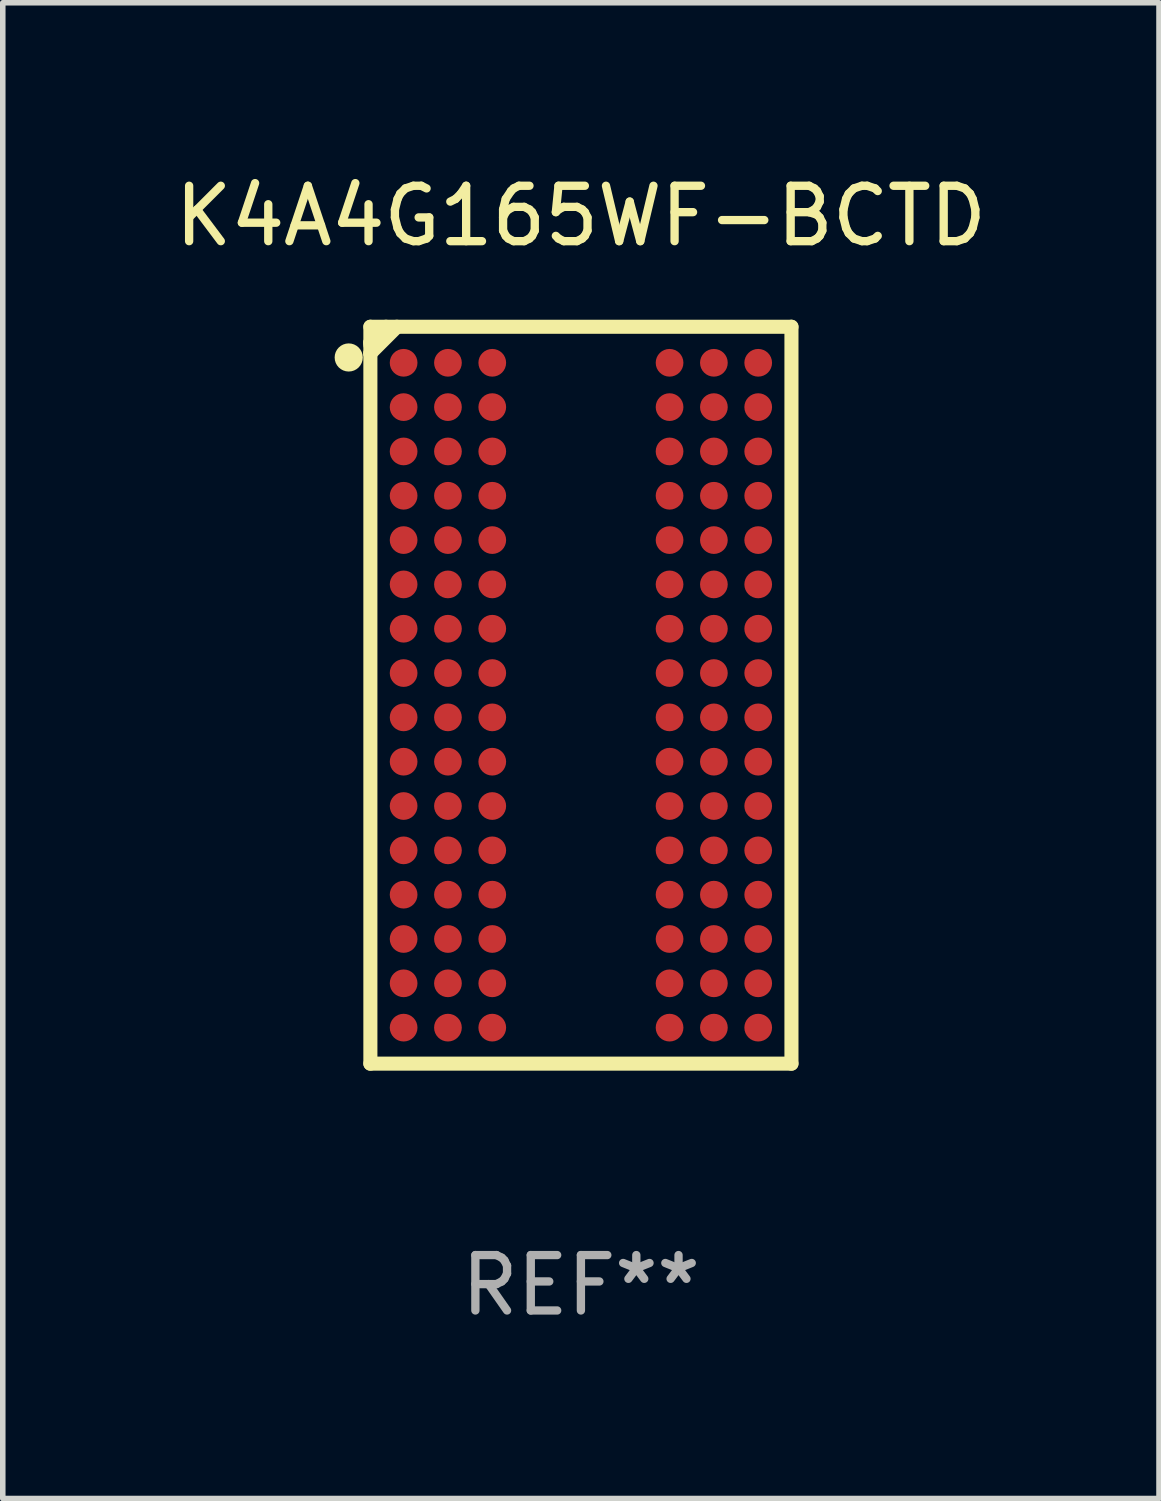
<source format=kicad_pcb>
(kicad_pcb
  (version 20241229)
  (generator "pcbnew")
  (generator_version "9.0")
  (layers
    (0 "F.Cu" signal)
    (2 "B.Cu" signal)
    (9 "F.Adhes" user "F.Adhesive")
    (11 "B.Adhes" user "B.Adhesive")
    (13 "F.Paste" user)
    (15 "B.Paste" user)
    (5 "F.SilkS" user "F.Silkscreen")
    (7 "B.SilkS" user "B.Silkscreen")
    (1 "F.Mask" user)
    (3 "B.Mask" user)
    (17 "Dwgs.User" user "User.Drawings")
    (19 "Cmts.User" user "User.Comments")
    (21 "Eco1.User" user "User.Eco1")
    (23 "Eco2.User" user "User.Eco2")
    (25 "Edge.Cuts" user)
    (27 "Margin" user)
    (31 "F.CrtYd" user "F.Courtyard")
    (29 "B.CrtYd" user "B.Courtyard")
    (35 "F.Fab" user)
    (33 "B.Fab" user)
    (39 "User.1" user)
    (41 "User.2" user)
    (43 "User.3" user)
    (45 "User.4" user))
  (footprint "K4A4G165WF-BCTD"
    (layer "F.Cu")
    (at 7.435 9.498)
    (property "Reference" "K4A4G165WF-BCTD" (at 0 -8.65 0) (layer "F.SilkS") (effects (font (size 1 1) (thickness 0.15))))
    (attr through_hole)
    (fp_line (start -3.8 -6.65) (end -3.8 6.65) (stroke (width 0.254) (type solid)) (layer "F.SilkS"))
    (fp_line (start -3.8 -6.65) (end 3.8 -6.65) (stroke (width 0.254) (type solid)) (layer "F.SilkS"))
    (fp_line (start -3.8 -6.368) (end -3.8 -6.323) (stroke (width 0.254) (type solid)) (layer "F.SilkS"))
    (fp_line (start -3.8 -6.172) (end -3.8 -6.163) (stroke (width 0.254) (type solid)) (layer "F.SilkS"))
    (fp_line (start -3.8 6.65) (end 3.8 6.65) (stroke (width 0.254) (type solid)) (layer "F.SilkS"))
    (fp_line (start -3.518 -6.65) (end -3.8 -6.368) (stroke (width 0.254) (type solid)) (layer "F.SilkS"))
    (fp_line (start -3.322 -6.65) (end -3.8 -6.172) (stroke (width 0.254) (type solid)) (layer "F.SilkS"))
    (fp_line (start 3.8 -6.65) (end 3.8 6.65) (stroke (width 0.254) (type solid)) (layer "F.SilkS"))
    (fp_circle (center -4.191 -6.096) (end -4.064 -6.096) (stroke (width 0.254) (type solid)) (fill no) (layer "F.SilkS"))
    (fp_circle (center -3.75 -6.65) (end -3.72 -6.65) (stroke (width 0.06) (type solid)) (fill no) (layer "F.SilkS"))
    (fp_text user "REF**" (at 0 10.65 0) (layer "F.Fab") (effects (font (size 1 1) (thickness 0.15))))
    (pad "A1" smd circle (at -3.2 -6) (size 0.5 0.5) (layers "F.Cu" "F.Mask" "F.Paste"))
    (pad "A2" smd circle (at -2.4 -6) (size 0.5 0.5) (layers "F.Cu" "F.Mask" "F.Paste"))
    (pad "A3" smd circle (at -1.6 -6) (size 0.5 0.5) (layers "F.Cu" "F.Mask" "F.Paste"))
    (pad "A7" smd circle (at 1.6 -6) (size 0.5 0.5) (layers "F.Cu" "F.Mask" "F.Paste"))
    (pad "A8" smd circle (at 2.4 -6) (size 0.5 0.5) (layers "F.Cu" "F.Mask" "F.Paste"))
    (pad "A9" smd circle (at 3.2 -6) (size 0.5 0.5) (layers "F.Cu" "F.Mask" "F.Paste"))
    (pad "B1" smd circle (at -3.2 -5.2) (size 0.5 0.5) (layers "F.Cu" "F.Mask" "F.Paste"))
    (pad "B2" smd circle (at -2.4 -5.2) (size 0.5 0.5) (layers "F.Cu" "F.Mask" "F.Paste"))
    (pad "B3" smd circle (at -1.6 -5.2) (size 0.5 0.5) (layers "F.Cu" "F.Mask" "F.Paste"))
    (pad "B7" smd circle (at 1.6 -5.2) (size 0.5 0.5) (layers "F.Cu" "F.Mask" "F.Paste"))
    (pad "B8" smd circle (at 2.4 -5.2) (size 0.5 0.5) (layers "F.Cu" "F.Mask" "F.Paste"))
    (pad "B9" smd circle (at 3.2 -5.2) (size 0.5 0.5) (layers "F.Cu" "F.Mask" "F.Paste"))
    (pad "C1" smd circle (at -3.2 -4.4) (size 0.5 0.5) (layers "F.Cu" "F.Mask" "F.Paste"))
    (pad "C2" smd circle (at -2.4 -4.4) (size 0.5 0.5) (layers "F.Cu" "F.Mask" "F.Paste"))
    (pad "C3" smd circle (at -1.6 -4.4) (size 0.5 0.5) (layers "F.Cu" "F.Mask" "F.Paste"))
    (pad "C7" smd circle (at 1.6 -4.4) (size 0.5 0.5) (layers "F.Cu" "F.Mask" "F.Paste"))
    (pad "C8" smd circle (at 2.4 -4.4) (size 0.5 0.5) (layers "F.Cu" "F.Mask" "F.Paste"))
    (pad "C9" smd circle (at 3.2 -4.4) (size 0.5 0.5) (layers "F.Cu" "F.Mask" "F.Paste"))
    (pad "D1" smd circle (at -3.2 -3.6) (size 0.5 0.5) (layers "F.Cu" "F.Mask" "F.Paste"))
    (pad "D2" smd circle (at -2.4 -3.6) (size 0.5 0.5) (layers "F.Cu" "F.Mask" "F.Paste"))
    (pad "D3" smd circle (at -1.6 -3.6) (size 0.5 0.5) (layers "F.Cu" "F.Mask" "F.Paste"))
    (pad "D7" smd circle (at 1.6 -3.6) (size 0.5 0.5) (layers "F.Cu" "F.Mask" "F.Paste"))
    (pad "D8" smd circle (at 2.4 -3.6) (size 0.5 0.5) (layers "F.Cu" "F.Mask" "F.Paste"))
    (pad "D9" smd circle (at 3.2 -3.6) (size 0.5 0.5) (layers "F.Cu" "F.Mask" "F.Paste"))
    (pad "E1" smd circle (at -3.2 -2.8) (size 0.5 0.5) (layers "F.Cu" "F.Mask" "F.Paste"))
    (pad "E2" smd circle (at -2.4 -2.8) (size 0.5 0.5) (layers "F.Cu" "F.Mask" "F.Paste"))
    (pad "E3" smd circle (at -1.6 -2.8) (size 0.5 0.5) (layers "F.Cu" "F.Mask" "F.Paste"))
    (pad "E7" smd circle (at 1.6 -2.8) (size 0.5 0.5) (layers "F.Cu" "F.Mask" "F.Paste"))
    (pad "E8" smd circle (at 2.4 -2.8) (size 0.5 0.5) (layers "F.Cu" "F.Mask" "F.Paste"))
    (pad "E9" smd circle (at 3.2 -2.8) (size 0.5 0.5) (layers "F.Cu" "F.Mask" "F.Paste"))
    (pad "F1" smd circle (at -3.2 -2) (size 0.5 0.5) (layers "F.Cu" "F.Mask" "F.Paste"))
    (pad "F2" smd circle (at -2.4 -2) (size 0.5 0.5) (layers "F.Cu" "F.Mask" "F.Paste"))
    (pad "F3" smd circle (at -1.6 -2) (size 0.5 0.5) (layers "F.Cu" "F.Mask" "F.Paste"))
    (pad "F7" smd circle (at 1.6 -2) (size 0.5 0.5) (layers "F.Cu" "F.Mask" "F.Paste"))
    (pad "F8" smd circle (at 2.4 -2) (size 0.5 0.5) (layers "F.Cu" "F.Mask" "F.Paste"))
    (pad "F9" smd circle (at 3.2 -2) (size 0.5 0.5) (layers "F.Cu" "F.Mask" "F.Paste"))
    (pad "G1" smd circle (at -3.2 -1.2) (size 0.5 0.5) (layers "F.Cu" "F.Mask" "F.Paste"))
    (pad "G2" smd circle (at -2.4 -1.2) (size 0.5 0.5) (layers "F.Cu" "F.Mask" "F.Paste"))
    (pad "G3" smd circle (at -1.6 -1.2) (size 0.5 0.5) (layers "F.Cu" "F.Mask" "F.Paste"))
    (pad "G7" smd circle (at 1.6 -1.2) (size 0.5 0.5) (layers "F.Cu" "F.Mask" "F.Paste"))
    (pad "G8" smd circle (at 2.4 -1.2) (size 0.5 0.5) (layers "F.Cu" "F.Mask" "F.Paste"))
    (pad "G9" smd circle (at 3.2 -1.2) (size 0.5 0.5) (layers "F.Cu" "F.Mask" "F.Paste"))
    (pad "H1" smd circle (at -3.2 -0.4) (size 0.5 0.5) (layers "F.Cu" "F.Mask" "F.Paste"))
    (pad "H2" smd circle (at -2.4 -0.4) (size 0.5 0.5) (layers "F.Cu" "F.Mask" "F.Paste"))
    (pad "H3" smd circle (at -1.6 -0.4) (size 0.5 0.5) (layers "F.Cu" "F.Mask" "F.Paste"))
    (pad "H7" smd circle (at 1.6 -0.4) (size 0.5 0.5) (layers "F.Cu" "F.Mask" "F.Paste"))
    (pad "H8" smd circle (at 2.4 -0.4) (size 0.5 0.5) (layers "F.Cu" "F.Mask" "F.Paste"))
    (pad "H9" smd circle (at 3.2 -0.4) (size 0.5 0.5) (layers "F.Cu" "F.Mask" "F.Paste"))
    (pad "J1" smd circle (at -3.2 0.4) (size 0.5 0.5) (layers "F.Cu" "F.Mask" "F.Paste"))
    (pad "J2" smd circle (at -2.4 0.4) (size 0.5 0.5) (layers "F.Cu" "F.Mask" "F.Paste"))
    (pad "J3" smd circle (at -1.6 0.4) (size 0.5 0.5) (layers "F.Cu" "F.Mask" "F.Paste"))
    (pad "J7" smd circle (at 1.6 0.4) (size 0.5 0.5) (layers "F.Cu" "F.Mask" "F.Paste"))
    (pad "J8" smd circle (at 2.4 0.4) (size 0.5 0.5) (layers "F.Cu" "F.Mask" "F.Paste"))
    (pad "J9" smd circle (at 3.2 0.4) (size 0.5 0.5) (layers "F.Cu" "F.Mask" "F.Paste"))
    (pad "K1" smd circle (at -3.2 1.2) (size 0.5 0.5) (layers "F.Cu" "F.Mask" "F.Paste"))
    (pad "K2" smd circle (at -2.4 1.2) (size 0.5 0.5) (layers "F.Cu" "F.Mask" "F.Paste"))
    (pad "K3" smd circle (at -1.6 1.2) (size 0.5 0.5) (layers "F.Cu" "F.Mask" "F.Paste"))
    (pad "K7" smd circle (at 1.6 1.2) (size 0.5 0.5) (layers "F.Cu" "F.Mask" "F.Paste"))
    (pad "K8" smd circle (at 2.4 1.2) (size 0.5 0.5) (layers "F.Cu" "F.Mask" "F.Paste"))
    (pad "K9" smd circle (at 3.2 1.2) (size 0.5 0.5) (layers "F.Cu" "F.Mask" "F.Paste"))
    (pad "L1" smd circle (at -3.2 2) (size 0.5 0.5) (layers "F.Cu" "F.Mask" "F.Paste"))
    (pad "L2" smd circle (at -2.4 2) (size 0.5 0.5) (layers "F.Cu" "F.Mask" "F.Paste"))
    (pad "L3" smd circle (at -1.6 2) (size 0.5 0.5) (layers "F.Cu" "F.Mask" "F.Paste"))
    (pad "L7" smd circle (at 1.6 2) (size 0.5 0.5) (layers "F.Cu" "F.Mask" "F.Paste"))
    (pad "L8" smd circle (at 2.4 2) (size 0.5 0.5) (layers "F.Cu" "F.Mask" "F.Paste"))
    (pad "L9" smd circle (at 3.2 2) (size 0.5 0.5) (layers "F.Cu" "F.Mask" "F.Paste"))
    (pad "M1" smd circle (at -3.2 2.8) (size 0.5 0.5) (layers "F.Cu" "F.Mask" "F.Paste"))
    (pad "M2" smd circle (at -2.4 2.8) (size 0.5 0.5) (layers "F.Cu" "F.Mask" "F.Paste"))
    (pad "M3" smd circle (at -1.6 2.8) (size 0.5 0.5) (layers "F.Cu" "F.Mask" "F.Paste"))
    (pad "M7" smd circle (at 1.6 2.8) (size 0.5 0.5) (layers "F.Cu" "F.Mask" "F.Paste"))
    (pad "M8" smd circle (at 2.4 2.8) (size 0.5 0.5) (layers "F.Cu" "F.Mask" "F.Paste"))
    (pad "M9" smd circle (at 3.2 2.8) (size 0.5 0.5) (layers "F.Cu" "F.Mask" "F.Paste"))
    (pad "N1" smd circle (at -3.2 3.6) (size 0.5 0.5) (layers "F.Cu" "F.Mask" "F.Paste"))
    (pad "N2" smd circle (at -2.4 3.6) (size 0.5 0.5) (layers "F.Cu" "F.Mask" "F.Paste"))
    (pad "N3" smd circle (at -1.6 3.6) (size 0.5 0.5) (layers "F.Cu" "F.Mask" "F.Paste"))
    (pad "N7" smd circle (at 1.6 3.6) (size 0.5 0.5) (layers "F.Cu" "F.Mask" "F.Paste"))
    (pad "N8" smd circle (at 2.4 3.6) (size 0.5 0.5) (layers "F.Cu" "F.Mask" "F.Paste"))
    (pad "N9" smd circle (at 3.2 3.6) (size 0.5 0.5) (layers "F.Cu" "F.Mask" "F.Paste"))
    (pad "P1" smd circle (at -3.2 4.4) (size 0.5 0.5) (layers "F.Cu" "F.Mask" "F.Paste"))
    (pad "P2" smd circle (at -2.4 4.4) (size 0.5 0.5) (layers "F.Cu" "F.Mask" "F.Paste"))
    (pad "P3" smd circle (at -1.6 4.4) (size 0.5 0.5) (layers "F.Cu" "F.Mask" "F.Paste"))
    (pad "P7" smd circle (at 1.6 4.4) (size 0.5 0.5) (layers "F.Cu" "F.Mask" "F.Paste"))
    (pad "P8" smd circle (at 2.4 4.4) (size 0.5 0.5) (layers "F.Cu" "F.Mask" "F.Paste"))
    (pad "P9" smd circle (at 3.2 4.4) (size 0.5 0.5) (layers "F.Cu" "F.Mask" "F.Paste"))
    (pad "R1" smd circle (at -3.2 5.2) (size 0.5 0.5) (layers "F.Cu" "F.Mask" "F.Paste"))
    (pad "R2" smd circle (at -2.4 5.2) (size 0.5 0.5) (layers "F.Cu" "F.Mask" "F.Paste"))
    (pad "R3" smd circle (at -1.6 5.2) (size 0.5 0.5) (layers "F.Cu" "F.Mask" "F.Paste"))
    (pad "R7" smd circle (at 1.6 5.2) (size 0.5 0.5) (layers "F.Cu" "F.Mask" "F.Paste"))
    (pad "R8" smd circle (at 2.4 5.2) (size 0.5 0.5) (layers "F.Cu" "F.Mask" "F.Paste"))
    (pad "R9" smd circle (at 3.2 5.2) (size 0.5 0.5) (layers "F.Cu" "F.Mask" "F.Paste"))
    (pad "T1" smd circle (at -3.2 6) (size 0.5 0.5) (layers "F.Cu" "F.Mask" "F.Paste"))
    (pad "T2" smd circle (at -2.4 6) (size 0.5 0.5) (layers "F.Cu" "F.Mask" "F.Paste"))
    (pad "T3" smd circle (at -1.6 6) (size 0.5 0.5) (layers "F.Cu" "F.Mask" "F.Paste"))
    (pad "T7" smd circle (at 1.6 6) (size 0.5 0.5) (layers "F.Cu" "F.Mask" "F.Paste"))
    (pad "T8" smd circle (at 2.4 6) (size 0.5 0.5) (layers "F.Cu" "F.Mask" "F.Paste"))
    (pad "T9" smd circle (at 3.2 6) (size 0.5 0.5) (layers "F.Cu" "F.Mask" "F.Paste")))
  (gr_rect
    (start -3 -3)
    (end 17.869 23.997)
    (stroke (width 0.1) (type default))
    (fill no)
    (layer "Edge.Cuts")))
</source>
